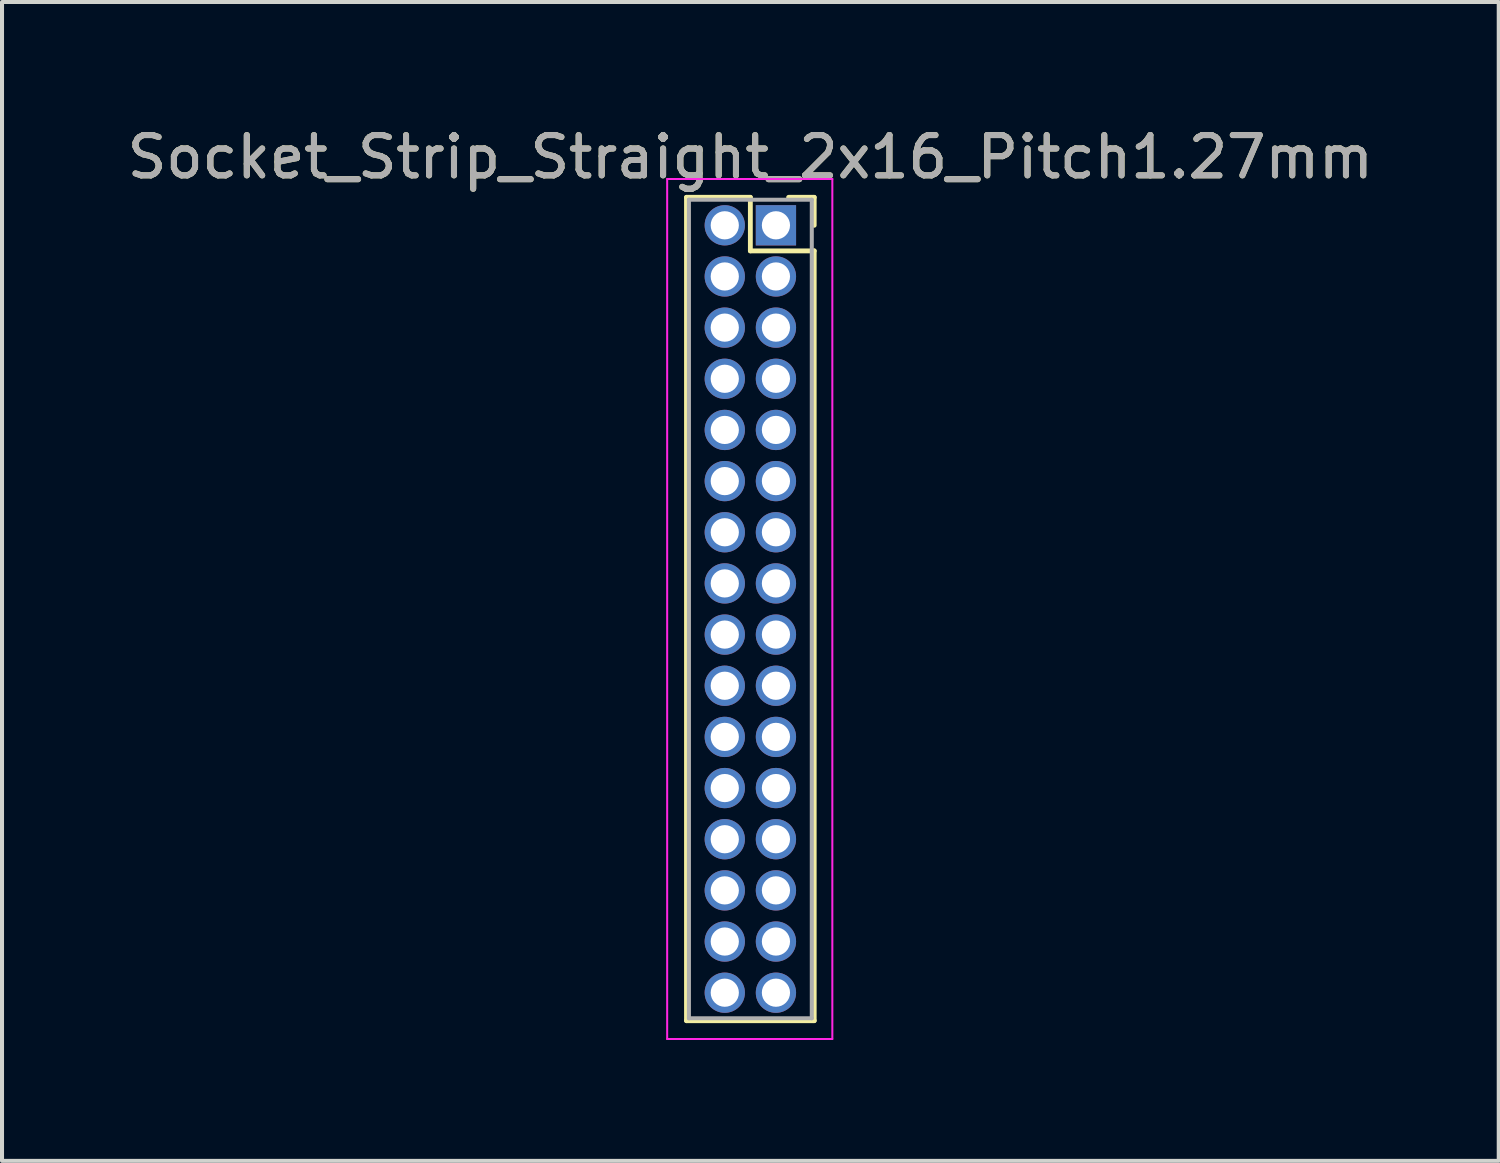
<source format=kicad_pcb>
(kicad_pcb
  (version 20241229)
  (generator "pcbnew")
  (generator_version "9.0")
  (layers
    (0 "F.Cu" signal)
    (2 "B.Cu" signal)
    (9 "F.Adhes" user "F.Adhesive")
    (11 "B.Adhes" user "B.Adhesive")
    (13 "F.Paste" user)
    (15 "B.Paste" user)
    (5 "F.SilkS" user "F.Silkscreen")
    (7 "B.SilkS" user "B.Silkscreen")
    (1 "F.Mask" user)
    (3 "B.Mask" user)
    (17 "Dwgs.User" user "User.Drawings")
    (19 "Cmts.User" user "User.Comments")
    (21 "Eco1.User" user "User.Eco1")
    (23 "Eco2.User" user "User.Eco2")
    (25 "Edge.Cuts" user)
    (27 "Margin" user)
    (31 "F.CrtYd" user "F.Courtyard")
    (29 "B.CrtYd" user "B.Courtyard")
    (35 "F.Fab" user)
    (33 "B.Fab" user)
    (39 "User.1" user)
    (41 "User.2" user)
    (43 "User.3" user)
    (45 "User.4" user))
  (footprint "Socket_Strip_Straight_2x16_Pitch1.27mm"
    (layer "F.Cu")
    (at 16.212 2.543)
    (property "Reference" "Socket_Strip_Straight_2x16_Pitch1.27mm" (at -0.635 -1.695 0) (layer "F.SilkS") (effects (font (size 1 1) (thickness 0.15))))
    (attr through_hole)
    (fp_line (start -2.22 -0.695) (end -0.635 -0.695) (stroke (width 0.12) (type solid)) (layer "F.SilkS"))
    (fp_line (start -2.22 19.745) (end -2.22 -0.695) (stroke (width 0.12) (type solid)) (layer "F.SilkS"))
    (fp_line (start -0.635 -0.695) (end -0.635 0.635) (stroke (width 0.12) (type solid)) (layer "F.SilkS"))
    (fp_line (start -0.635 0.635) (end 0.95 0.635) (stroke (width 0.12) (type solid)) (layer "F.SilkS"))
    (fp_line (start 0.95 -0.695) (end 0.315 -0.695) (stroke (width 0.12) (type solid)) (layer "F.SilkS"))
    (fp_line (start 0.95 0) (end 0.95 -0.695) (stroke (width 0.12) (type solid)) (layer "F.SilkS"))
    (fp_line (start 0.95 0.635) (end 0.95 19.745) (stroke (width 0.12) (type solid)) (layer "F.SilkS"))
    (fp_line (start 0.95 19.745) (end -2.22 19.745) (stroke (width 0.12) (type solid)) (layer "F.SilkS"))
    (fp_line (start -2.7 -1.15) (end -2.7 20.2) (stroke (width 0.05) (type solid)) (layer "F.CrtYd"))
    (fp_line (start -2.7 20.2) (end 1.4 20.2) (stroke (width 0.05) (type solid)) (layer "F.CrtYd"))
    (fp_line (start 1.4 -1.15) (end -2.7 -1.15) (stroke (width 0.05) (type solid)) (layer "F.CrtYd"))
    (fp_line (start 1.4 20.2) (end 1.4 -1.15) (stroke (width 0.05) (type solid)) (layer "F.CrtYd"))
    (fp_line (start -2.16 -0.635) (end -2.16 19.685) (stroke (width 0.1) (type solid)) (layer "F.Fab"))
    (fp_line (start -2.16 19.685) (end 0.89 19.685) (stroke (width 0.1) (type solid)) (layer "F.Fab"))
    (fp_line (start 0.89 -0.635) (end -2.16 -0.635) (stroke (width 0.1) (type solid)) (layer "F.Fab"))
    (fp_line (start 0.89 19.685) (end 0.89 -0.635) (stroke (width 0.1) (type solid)) (layer "F.Fab"))
    (fp_text user "${REFERENCE}" (at -0.635 -1.695 0) (layer "F.Fab") (effects (font (size 1 1) (thickness 0.15))))
    (pad "1" thru_hole rect (at 0 0) (size 1 1) (drill 0.7) (layers "*.Cu" "*.Mask"))
    (pad "2" thru_hole oval (at -1.27 0) (size 1 1) (drill 0.7) (layers "*.Cu" "*.Mask"))
    (pad "3" thru_hole oval (at 0 1.27) (size 1 1) (drill 0.7) (layers "*.Cu" "*.Mask"))
    (pad "4" thru_hole oval (at -1.27 1.27) (size 1 1) (drill 0.7) (layers "*.Cu" "*.Mask"))
    (pad "5" thru_hole oval (at 0 2.54) (size 1 1) (drill 0.7) (layers "*.Cu" "*.Mask"))
    (pad "6" thru_hole oval (at -1.27 2.54) (size 1 1) (drill 0.7) (layers "*.Cu" "*.Mask"))
    (pad "7" thru_hole oval (at 0 3.81) (size 1 1) (drill 0.7) (layers "*.Cu" "*.Mask"))
    (pad "8" thru_hole oval (at -1.27 3.81) (size 1 1) (drill 0.7) (layers "*.Cu" "*.Mask"))
    (pad "9" thru_hole oval (at 0 5.08) (size 1 1) (drill 0.7) (layers "*.Cu" "*.Mask"))
    (pad "10" thru_hole oval (at -1.27 5.08) (size 1 1) (drill 0.7) (layers "*.Cu" "*.Mask"))
    (pad "11" thru_hole oval (at 0 6.35) (size 1 1) (drill 0.7) (layers "*.Cu" "*.Mask"))
    (pad "12" thru_hole oval (at -1.27 6.35) (size 1 1) (drill 0.7) (layers "*.Cu" "*.Mask"))
    (pad "13" thru_hole oval (at 0 7.62) (size 1 1) (drill 0.7) (layers "*.Cu" "*.Mask"))
    (pad "14" thru_hole oval (at -1.27 7.62) (size 1 1) (drill 0.7) (layers "*.Cu" "*.Mask"))
    (pad "15" thru_hole oval (at 0 8.89) (size 1 1) (drill 0.7) (layers "*.Cu" "*.Mask"))
    (pad "16" thru_hole oval (at -1.27 8.89) (size 1 1) (drill 0.7) (layers "*.Cu" "*.Mask"))
    (pad "17" thru_hole oval (at 0 10.16) (size 1 1) (drill 0.7) (layers "*.Cu" "*.Mask"))
    (pad "18" thru_hole oval (at -1.27 10.16) (size 1 1) (drill 0.7) (layers "*.Cu" "*.Mask"))
    (pad "19" thru_hole oval (at 0 11.43) (size 1 1) (drill 0.7) (layers "*.Cu" "*.Mask"))
    (pad "20" thru_hole oval (at -1.27 11.43) (size 1 1) (drill 0.7) (layers "*.Cu" "*.Mask"))
    (pad "21" thru_hole oval (at 0 12.7) (size 1 1) (drill 0.7) (layers "*.Cu" "*.Mask"))
    (pad "22" thru_hole oval (at -1.27 12.7) (size 1 1) (drill 0.7) (layers "*.Cu" "*.Mask"))
    (pad "23" thru_hole oval (at 0 13.97) (size 1 1) (drill 0.7) (layers "*.Cu" "*.Mask"))
    (pad "24" thru_hole oval (at -1.27 13.97) (size 1 1) (drill 0.7) (layers "*.Cu" "*.Mask"))
    (pad "25" thru_hole oval (at 0 15.24) (size 1 1) (drill 0.7) (layers "*.Cu" "*.Mask"))
    (pad "26" thru_hole oval (at -1.27 15.24) (size 1 1) (drill 0.7) (layers "*.Cu" "*.Mask"))
    (pad "27" thru_hole oval (at 0 16.51) (size 1 1) (drill 0.7) (layers "*.Cu" "*.Mask"))
    (pad "28" thru_hole oval (at -1.27 16.51) (size 1 1) (drill 0.7) (layers "*.Cu" "*.Mask"))
    (pad "29" thru_hole oval (at 0 17.78) (size 1 1) (drill 0.7) (layers "*.Cu" "*.Mask"))
    (pad "30" thru_hole oval (at -1.27 17.78) (size 1 1) (drill 0.7) (layers "*.Cu" "*.Mask"))
    (pad "31" thru_hole oval (at 0 19.05) (size 1 1) (drill 0.7) (layers "*.Cu" "*.Mask"))
    (pad "32" thru_hole oval (at -1.27 19.05) (size 1 1) (drill 0.7) (layers "*.Cu" "*.Mask")))
  (gr_rect
    (start -3 -3)
    (end 34.155 25.768)
    (stroke (width 0.1) (type default))
    (fill no)
    (layer "Edge.Cuts")))
</source>
